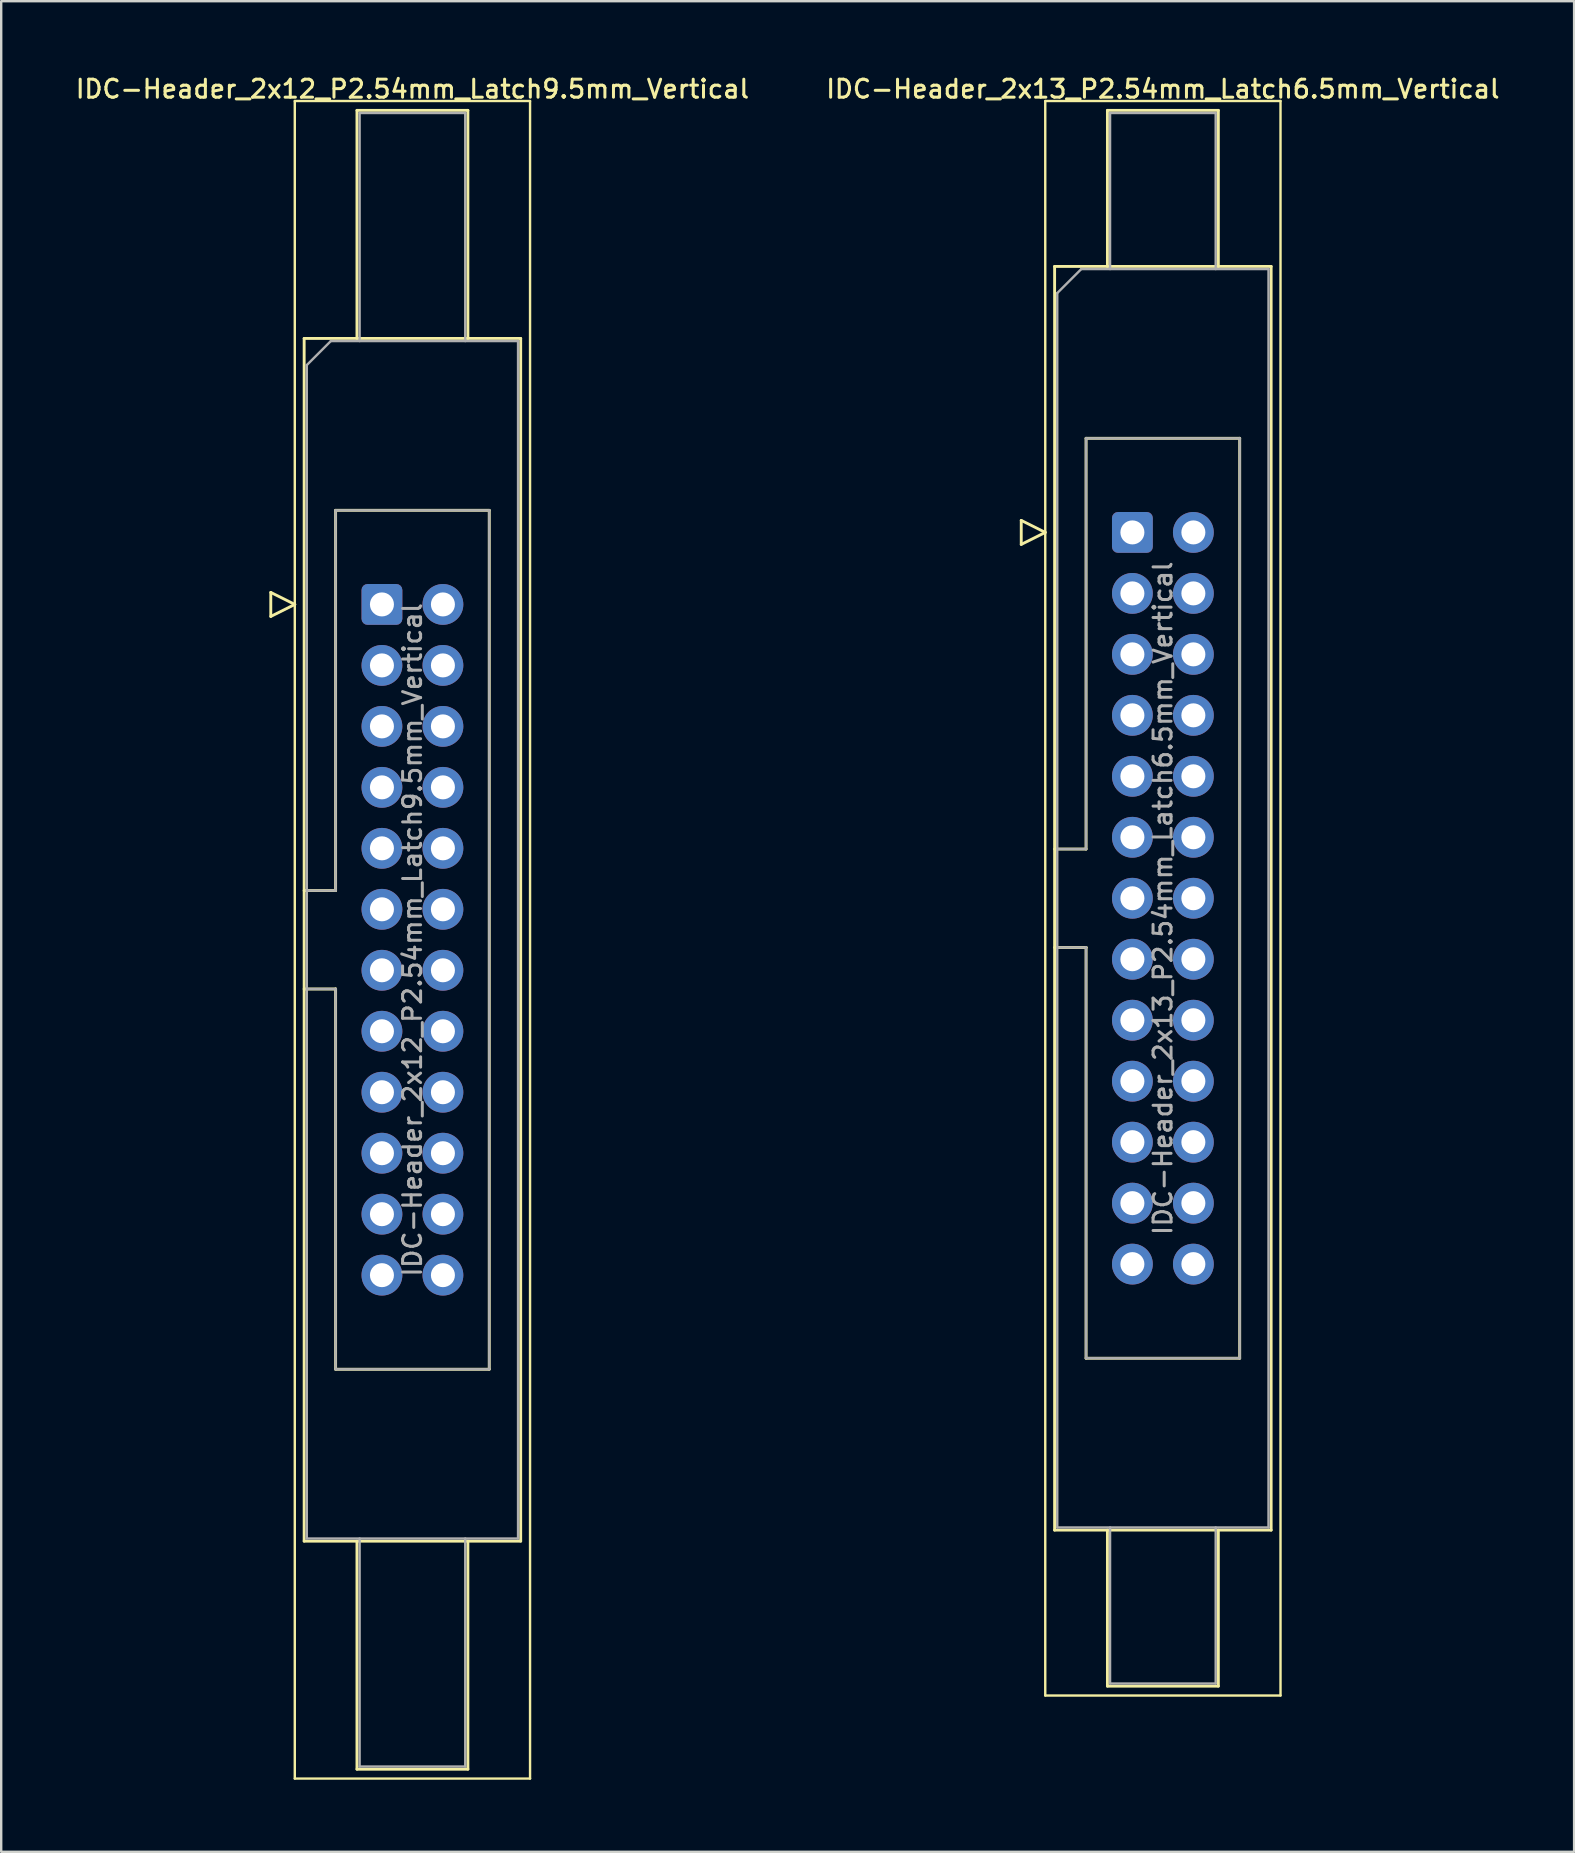
<source format=kicad_pcb>
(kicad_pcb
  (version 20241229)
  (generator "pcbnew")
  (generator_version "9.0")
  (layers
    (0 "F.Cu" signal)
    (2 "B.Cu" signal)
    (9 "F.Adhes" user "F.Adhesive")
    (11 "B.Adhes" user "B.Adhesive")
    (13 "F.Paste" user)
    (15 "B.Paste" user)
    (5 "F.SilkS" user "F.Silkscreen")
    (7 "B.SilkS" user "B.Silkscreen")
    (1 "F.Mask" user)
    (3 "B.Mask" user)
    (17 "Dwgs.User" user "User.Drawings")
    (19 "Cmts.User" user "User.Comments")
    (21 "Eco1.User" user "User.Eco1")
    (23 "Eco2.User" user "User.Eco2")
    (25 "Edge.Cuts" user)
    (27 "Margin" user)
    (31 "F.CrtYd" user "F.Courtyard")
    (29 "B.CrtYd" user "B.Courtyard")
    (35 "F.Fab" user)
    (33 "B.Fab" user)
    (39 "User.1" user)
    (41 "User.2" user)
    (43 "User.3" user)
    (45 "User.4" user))
  (footprint "IDC-Header_2x12_P2.54mm_Latch9.5mm_Vertical"
    (layer "F.Cu")
    (at 12.86 22.128)
    (property "Reference" "IDC-Header_2x12_P2.54mm_Latch9.5mm_Vertical" (at 1.27 -21.47 0) (layer "F.SilkS") (effects (font (size 0.75 0.75) (thickness 0.125))))
    (attr through_hole)
    (fp_line (start -4.63 -0.5) (end -4.63 0.5) (stroke (width 0.12) (type solid)) (layer "F.SilkS"))
    (fp_line (start -4.63 0.5) (end -3.63 0) (stroke (width 0.12) (type solid)) (layer "F.SilkS"))
    (fp_line (start -3.63 -20.97) (end -3.63 48.91) (stroke (width 0.1) (type solid)) (layer "F.SilkS"))
    (fp_line (start -3.63 0) (end -4.63 -0.5) (stroke (width 0.12) (type solid)) (layer "F.SilkS"))
    (fp_line (start -3.63 48.91) (end 6.17 48.91) (stroke (width 0.1) (type solid)) (layer "F.SilkS"))
    (fp_line (start -3.24 -11.08) (end 5.78 -11.08) (stroke (width 0.12) (type solid)) (layer "F.SilkS"))
    (fp_line (start -3.24 11.92) (end -1.93 11.92) (stroke (width 0.12) (type solid)) (layer "F.SilkS"))
    (fp_line (start -3.24 39.02) (end -3.24 -11.08) (stroke (width 0.12) (type solid)) (layer "F.SilkS"))
    (fp_line (start -1.93 -3.92) (end 4.47 -3.92) (stroke (width 0.12) (type solid)) (layer "F.SilkS"))
    (fp_line (start -1.93 11.92) (end -1.93 -3.92) (stroke (width 0.12) (type solid)) (layer "F.SilkS"))
    (fp_line (start -1.93 16.02) (end -3.24 16.02) (stroke (width 0.12) (type solid)) (layer "F.SilkS"))
    (fp_line (start -1.93 16.02) (end -1.93 16.02) (stroke (width 0.12) (type solid)) (layer "F.SilkS"))
    (fp_line (start -1.93 31.86) (end -1.93 16.02) (stroke (width 0.12) (type solid)) (layer "F.SilkS"))
    (fp_line (start -1.04 -20.58) (end 3.58 -20.58) (stroke (width 0.12) (type solid)) (layer "F.SilkS"))
    (fp_line (start -1.04 -11.08) (end -1.04 -20.58) (stroke (width 0.12) (type solid)) (layer "F.SilkS"))
    (fp_line (start -1.04 39.02) (end -1.04 48.52) (stroke (width 0.12) (type solid)) (layer "F.SilkS"))
    (fp_line (start -1.04 48.52) (end 3.58 48.52) (stroke (width 0.12) (type solid)) (layer "F.SilkS"))
    (fp_line (start 3.58 -20.58) (end 3.58 -11.08) (stroke (width 0.12) (type solid)) (layer "F.SilkS"))
    (fp_line (start 3.58 48.52) (end 3.58 39.02) (stroke (width 0.12) (type solid)) (layer "F.SilkS"))
    (fp_line (start 4.47 -3.92) (end 4.47 31.86) (stroke (width 0.12) (type solid)) (layer "F.SilkS"))
    (fp_line (start 4.47 31.86) (end -1.93 31.86) (stroke (width 0.12) (type solid)) (layer "F.SilkS"))
    (fp_line (start 5.78 -11.08) (end 5.78 39.02) (stroke (width 0.12) (type solid)) (layer "F.SilkS"))
    (fp_line (start 5.78 39.02) (end -3.24 39.02) (stroke (width 0.12) (type solid)) (layer "F.SilkS"))
    (fp_line (start 6.17 -20.97) (end -3.63 -20.97) (stroke (width 0.1) (type solid)) (layer "F.SilkS"))
    (fp_line (start 6.17 48.91) (end 6.17 -20.97) (stroke (width 0.1) (type solid)) (layer "F.SilkS"))
    (fp_line (start -3.13 -9.97) (end -2.13 -10.97) (stroke (width 0.1) (type solid)) (layer "F.Fab"))
    (fp_line (start -3.13 11.92) (end -1.93 11.92) (stroke (width 0.1) (type solid)) (layer "F.Fab"))
    (fp_line (start -3.13 38.91) (end -3.13 -9.97) (stroke (width 0.1) (type solid)) (layer "F.Fab"))
    (fp_line (start -2.13 -10.97) (end 5.67 -10.97) (stroke (width 0.1) (type solid)) (layer "F.Fab"))
    (fp_line (start -1.93 -3.92) (end 4.47 -3.92) (stroke (width 0.1) (type solid)) (layer "F.Fab"))
    (fp_line (start -1.93 11.92) (end -1.93 -3.92) (stroke (width 0.1) (type solid)) (layer "F.Fab"))
    (fp_line (start -1.93 16.02) (end -3.13 16.02) (stroke (width 0.1) (type solid)) (layer "F.Fab"))
    (fp_line (start -1.93 16.02) (end -1.93 16.02) (stroke (width 0.1) (type solid)) (layer "F.Fab"))
    (fp_line (start -1.93 31.86) (end -1.93 16.02) (stroke (width 0.1) (type solid)) (layer "F.Fab"))
    (fp_line (start -0.93 -20.47) (end 3.47 -20.47) (stroke (width 0.1) (type solid)) (layer "F.Fab"))
    (fp_line (start -0.93 -10.97) (end -0.93 -20.47) (stroke (width 0.1) (type solid)) (layer "F.Fab"))
    (fp_line (start -0.93 38.91) (end -0.93 48.41) (stroke (width 0.1) (type solid)) (layer "F.Fab"))
    (fp_line (start -0.93 48.41) (end 3.47 48.41) (stroke (width 0.1) (type solid)) (layer "F.Fab"))
    (fp_line (start 3.47 -20.47) (end 3.47 -10.97) (stroke (width 0.1) (type solid)) (layer "F.Fab"))
    (fp_line (start 3.47 48.41) (end 3.47 38.91) (stroke (width 0.1) (type solid)) (layer "F.Fab"))
    (fp_line (start 4.47 -3.92) (end 4.47 31.86) (stroke (width 0.1) (type solid)) (layer "F.Fab"))
    (fp_line (start 4.47 31.86) (end -1.93 31.86) (stroke (width 0.1) (type solid)) (layer "F.Fab"))
    (fp_line (start 5.67 -10.97) (end 5.67 38.91) (stroke (width 0.1) (type solid)) (layer "F.Fab"))
    (fp_line (start 5.67 38.91) (end -3.13 38.91) (stroke (width 0.1) (type solid)) (layer "F.Fab"))
    (fp_text user "${REFERENCE}" (at 1.27 13.97 90) (layer "F.Fab") (effects (font (size 0.75 0.75) (thickness 0.125))))
    (pad "1" thru_hole roundrect (at 0 0) (size 1.7 1.7) (drill 1) (layers "*.Cu" "*.Mask") (roundrect_rratio 0.147))
    (pad "2" thru_hole circle (at 2.54 0) (size 1.7 1.7) (drill 1) (layers "*.Cu" "*.Mask"))
    (pad "3" thru_hole circle (at 0 2.54) (size 1.7 1.7) (drill 1) (layers "*.Cu" "*.Mask"))
    (pad "4" thru_hole circle (at 2.54 2.54) (size 1.7 1.7) (drill 1) (layers "*.Cu" "*.Mask"))
    (pad "5" thru_hole circle (at 0 5.08) (size 1.7 1.7) (drill 1) (layers "*.Cu" "*.Mask"))
    (pad "6" thru_hole circle (at 2.54 5.08) (size 1.7 1.7) (drill 1) (layers "*.Cu" "*.Mask"))
    (pad "7" thru_hole circle (at 0 7.62) (size 1.7 1.7) (drill 1) (layers "*.Cu" "*.Mask"))
    (pad "8" thru_hole circle (at 2.54 7.62) (size 1.7 1.7) (drill 1) (layers "*.Cu" "*.Mask"))
    (pad "9" thru_hole circle (at 0 10.16) (size 1.7 1.7) (drill 1) (layers "*.Cu" "*.Mask"))
    (pad "10" thru_hole circle (at 2.54 10.16) (size 1.7 1.7) (drill 1) (layers "*.Cu" "*.Mask"))
    (pad "11" thru_hole circle (at 0 12.7) (size 1.7 1.7) (drill 1) (layers "*.Cu" "*.Mask"))
    (pad "12" thru_hole circle (at 2.54 12.7) (size 1.7 1.7) (drill 1) (layers "*.Cu" "*.Mask"))
    (pad "13" thru_hole circle (at 0 15.24) (size 1.7 1.7) (drill 1) (layers "*.Cu" "*.Mask"))
    (pad "14" thru_hole circle (at 2.54 15.24) (size 1.7 1.7) (drill 1) (layers "*.Cu" "*.Mask"))
    (pad "15" thru_hole circle (at 0 17.78) (size 1.7 1.7) (drill 1) (layers "*.Cu" "*.Mask"))
    (pad "16" thru_hole circle (at 2.54 17.78) (size 1.7 1.7) (drill 1) (layers "*.Cu" "*.Mask"))
    (pad "17" thru_hole circle (at 0 20.32) (size 1.7 1.7) (drill 1) (layers "*.Cu" "*.Mask"))
    (pad "18" thru_hole circle (at 2.54 20.32) (size 1.7 1.7) (drill 1) (layers "*.Cu" "*.Mask"))
    (pad "19" thru_hole circle (at 0 22.86) (size 1.7 1.7) (drill 1) (layers "*.Cu" "*.Mask"))
    (pad "20" thru_hole circle (at 2.54 22.86) (size 1.7 1.7) (drill 1) (layers "*.Cu" "*.Mask"))
    (pad "21" thru_hole circle (at 0 25.4) (size 1.7 1.7) (drill 1) (layers "*.Cu" "*.Mask"))
    (pad "22" thru_hole circle (at 2.54 25.4) (size 1.7 1.7) (drill 1) (layers "*.Cu" "*.Mask"))
    (pad "23" thru_hole circle (at 0 27.94) (size 1.7 1.7) (drill 1) (layers "*.Cu" "*.Mask"))
    (pad "24" thru_hole circle (at 2.54 27.94) (size 1.7 1.7) (drill 1) (layers "*.Cu" "*.Mask")))
  (footprint "IDC-Header_2x13_P2.54mm_Latch6.5mm_Vertical"
    (layer "F.Cu")
    (at 44.121 19.128)
    (property "Reference" "IDC-Header_2x13_P2.54mm_Latch6.5mm_Vertical" (at 1.27 -18.47 0) (layer "F.SilkS") (effects (font (size 0.75 0.75) (thickness 0.125))))
    (attr through_hole)
    (fp_line (start -4.63 -0.5) (end -4.63 0.5) (stroke (width 0.12) (type solid)) (layer "F.SilkS"))
    (fp_line (start -4.63 0.5) (end -3.63 0) (stroke (width 0.12) (type solid)) (layer "F.SilkS"))
    (fp_line (start -3.63 -17.97) (end -3.63 48.45) (stroke (width 0.1) (type solid)) (layer "F.SilkS"))
    (fp_line (start -3.63 0) (end -4.63 -0.5) (stroke (width 0.12) (type solid)) (layer "F.SilkS"))
    (fp_line (start -3.63 48.45) (end 6.17 48.45) (stroke (width 0.1) (type solid)) (layer "F.SilkS"))
    (fp_line (start -3.24 -11.08) (end 5.78 -11.08) (stroke (width 0.12) (type solid)) (layer "F.SilkS"))
    (fp_line (start -3.24 13.19) (end -1.93 13.19) (stroke (width 0.12) (type solid)) (layer "F.SilkS"))
    (fp_line (start -3.24 41.56) (end -3.24 -11.08) (stroke (width 0.12) (type solid)) (layer "F.SilkS"))
    (fp_line (start -1.93 -3.92) (end 4.47 -3.92) (stroke (width 0.12) (type solid)) (layer "F.SilkS"))
    (fp_line (start -1.93 13.19) (end -1.93 -3.92) (stroke (width 0.12) (type solid)) (layer "F.SilkS"))
    (fp_line (start -1.93 17.29) (end -3.24 17.29) (stroke (width 0.12) (type solid)) (layer "F.SilkS"))
    (fp_line (start -1.93 17.29) (end -1.93 17.29) (stroke (width 0.12) (type solid)) (layer "F.SilkS"))
    (fp_line (start -1.93 34.4) (end -1.93 17.29) (stroke (width 0.12) (type solid)) (layer "F.SilkS"))
    (fp_line (start -1.04 -17.58) (end 3.58 -17.58) (stroke (width 0.12) (type solid)) (layer "F.SilkS"))
    (fp_line (start -1.04 -11.08) (end -1.04 -17.58) (stroke (width 0.12) (type solid)) (layer "F.SilkS"))
    (fp_line (start -1.04 41.56) (end -1.04 48.06) (stroke (width 0.12) (type solid)) (layer "F.SilkS"))
    (fp_line (start -1.04 48.06) (end 3.58 48.06) (stroke (width 0.12) (type solid)) (layer "F.SilkS"))
    (fp_line (start 3.58 -17.58) (end 3.58 -11.08) (stroke (width 0.12) (type solid)) (layer "F.SilkS"))
    (fp_line (start 3.58 48.06) (end 3.58 41.56) (stroke (width 0.12) (type solid)) (layer "F.SilkS"))
    (fp_line (start 4.47 -3.92) (end 4.47 34.4) (stroke (width 0.12) (type solid)) (layer "F.SilkS"))
    (fp_line (start 4.47 34.4) (end -1.93 34.4) (stroke (width 0.12) (type solid)) (layer "F.SilkS"))
    (fp_line (start 5.78 -11.08) (end 5.78 41.56) (stroke (width 0.12) (type solid)) (layer "F.SilkS"))
    (fp_line (start 5.78 41.56) (end -3.24 41.56) (stroke (width 0.12) (type solid)) (layer "F.SilkS"))
    (fp_line (start 6.17 -17.97) (end -3.63 -17.97) (stroke (width 0.1) (type solid)) (layer "F.SilkS"))
    (fp_line (start 6.17 48.45) (end 6.17 -17.97) (stroke (width 0.1) (type solid)) (layer "F.SilkS"))
    (fp_line (start -3.13 -9.97) (end -2.13 -10.97) (stroke (width 0.1) (type solid)) (layer "F.Fab"))
    (fp_line (start -3.13 13.19) (end -1.93 13.19) (stroke (width 0.1) (type solid)) (layer "F.Fab"))
    (fp_line (start -3.13 41.45) (end -3.13 -9.97) (stroke (width 0.1) (type solid)) (layer "F.Fab"))
    (fp_line (start -2.13 -10.97) (end 5.67 -10.97) (stroke (width 0.1) (type solid)) (layer "F.Fab"))
    (fp_line (start -1.93 -3.92) (end 4.47 -3.92) (stroke (width 0.1) (type solid)) (layer "F.Fab"))
    (fp_line (start -1.93 13.19) (end -1.93 -3.92) (stroke (width 0.1) (type solid)) (layer "F.Fab"))
    (fp_line (start -1.93 17.29) (end -3.13 17.29) (stroke (width 0.1) (type solid)) (layer "F.Fab"))
    (fp_line (start -1.93 17.29) (end -1.93 17.29) (stroke (width 0.1) (type solid)) (layer "F.Fab"))
    (fp_line (start -1.93 34.4) (end -1.93 17.29) (stroke (width 0.1) (type solid)) (layer "F.Fab"))
    (fp_line (start -0.93 -17.47) (end 3.47 -17.47) (stroke (width 0.1) (type solid)) (layer "F.Fab"))
    (fp_line (start -0.93 -10.97) (end -0.93 -17.47) (stroke (width 0.1) (type solid)) (layer "F.Fab"))
    (fp_line (start -0.93 41.45) (end -0.93 47.95) (stroke (width 0.1) (type solid)) (layer "F.Fab"))
    (fp_line (start -0.93 47.95) (end 3.47 47.95) (stroke (width 0.1) (type solid)) (layer "F.Fab"))
    (fp_line (start 3.47 -17.47) (end 3.47 -10.97) (stroke (width 0.1) (type solid)) (layer "F.Fab"))
    (fp_line (start 3.47 47.95) (end 3.47 41.45) (stroke (width 0.1) (type solid)) (layer "F.Fab"))
    (fp_line (start 4.47 -3.92) (end 4.47 34.4) (stroke (width 0.1) (type solid)) (layer "F.Fab"))
    (fp_line (start 4.47 34.4) (end -1.93 34.4) (stroke (width 0.1) (type solid)) (layer "F.Fab"))
    (fp_line (start 5.67 -10.97) (end 5.67 41.45) (stroke (width 0.1) (type solid)) (layer "F.Fab"))
    (fp_line (start 5.67 41.45) (end -3.13 41.45) (stroke (width 0.1) (type solid)) (layer "F.Fab"))
    (fp_text user "${REFERENCE}" (at 1.27 15.24 90) (layer "F.Fab") (effects (font (size 0.75 0.75) (thickness 0.125))))
    (pad "1" thru_hole roundrect (at 0 0) (size 1.7 1.7) (drill 1) (layers "*.Cu" "*.Mask") (roundrect_rratio 0.147))
    (pad "2" thru_hole circle (at 2.54 0) (size 1.7 1.7) (drill 1) (layers "*.Cu" "*.Mask"))
    (pad "3" thru_hole circle (at 0 2.54) (size 1.7 1.7) (drill 1) (layers "*.Cu" "*.Mask"))
    (pad "4" thru_hole circle (at 2.54 2.54) (size 1.7 1.7) (drill 1) (layers "*.Cu" "*.Mask"))
    (pad "5" thru_hole circle (at 0 5.08) (size 1.7 1.7) (drill 1) (layers "*.Cu" "*.Mask"))
    (pad "6" thru_hole circle (at 2.54 5.08) (size 1.7 1.7) (drill 1) (layers "*.Cu" "*.Mask"))
    (pad "7" thru_hole circle (at 0 7.62) (size 1.7 1.7) (drill 1) (layers "*.Cu" "*.Mask"))
    (pad "8" thru_hole circle (at 2.54 7.62) (size 1.7 1.7) (drill 1) (layers "*.Cu" "*.Mask"))
    (pad "9" thru_hole circle (at 0 10.16) (size 1.7 1.7) (drill 1) (layers "*.Cu" "*.Mask"))
    (pad "10" thru_hole circle (at 2.54 10.16) (size 1.7 1.7) (drill 1) (layers "*.Cu" "*.Mask"))
    (pad "11" thru_hole circle (at 0 12.7) (size 1.7 1.7) (drill 1) (layers "*.Cu" "*.Mask"))
    (pad "12" thru_hole circle (at 2.54 12.7) (size 1.7 1.7) (drill 1) (layers "*.Cu" "*.Mask"))
    (pad "13" thru_hole circle (at 0 15.24) (size 1.7 1.7) (drill 1) (layers "*.Cu" "*.Mask"))
    (pad "14" thru_hole circle (at 2.54 15.24) (size 1.7 1.7) (drill 1) (layers "*.Cu" "*.Mask"))
    (pad "15" thru_hole circle (at 0 17.78) (size 1.7 1.7) (drill 1) (layers "*.Cu" "*.Mask"))
    (pad "16" thru_hole circle (at 2.54 17.78) (size 1.7 1.7) (drill 1) (layers "*.Cu" "*.Mask"))
    (pad "17" thru_hole circle (at 0 20.32) (size 1.7 1.7) (drill 1) (layers "*.Cu" "*.Mask"))
    (pad "18" thru_hole circle (at 2.54 20.32) (size 1.7 1.7) (drill 1) (layers "*.Cu" "*.Mask"))
    (pad "19" thru_hole circle (at 0 22.86) (size 1.7 1.7) (drill 1) (layers "*.Cu" "*.Mask"))
    (pad "20" thru_hole circle (at 2.54 22.86) (size 1.7 1.7) (drill 1) (layers "*.Cu" "*.Mask"))
    (pad "21" thru_hole circle (at 0 25.4) (size 1.7 1.7) (drill 1) (layers "*.Cu" "*.Mask"))
    (pad "22" thru_hole circle (at 2.54 25.4) (size 1.7 1.7) (drill 1) (layers "*.Cu" "*.Mask"))
    (pad "23" thru_hole circle (at 0 27.94) (size 1.7 1.7) (drill 1) (layers "*.Cu" "*.Mask"))
    (pad "24" thru_hole circle (at 2.54 27.94) (size 1.7 1.7) (drill 1) (layers "*.Cu" "*.Mask"))
    (pad "25" thru_hole circle (at 0 30.48) (size 1.7 1.7) (drill 1) (layers "*.Cu" "*.Mask"))
    (pad "26" thru_hole circle (at 2.54 30.48) (size 1.7 1.7) (drill 1) (layers "*.Cu" "*.Mask")))
  (gr_rect
    (start -3 -3)
    (end 62.521 74.088)
    (stroke (width 0.1) (type default))
    (fill no)
    (layer "Edge.Cuts")))
</source>
